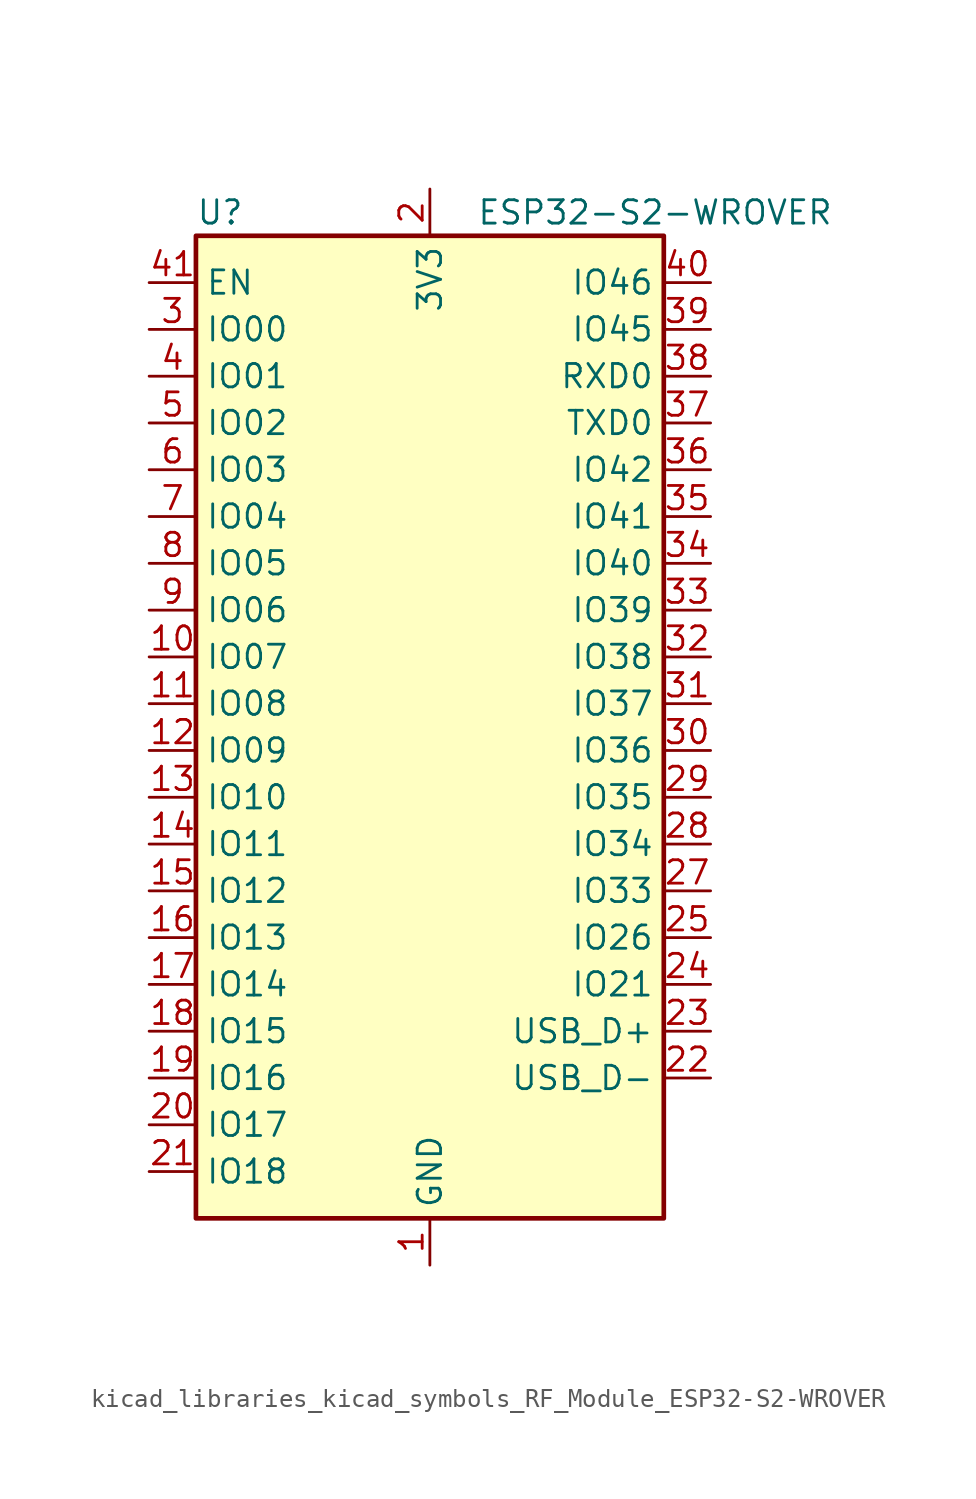
<source format=kicad_sym>
(kicad_symbol_lib
  (version 20220914)
  (generator kicad_symbol_editor)
  (symbol "kicad_libraries_kicad_symbols_RF_Module_ESP32-S2-WROVER"
    (property "Reference" "U"
      (at -12.7 29.21 0)
      (effects (font (size 1.27 1.27)) (justify left)))
    (property "Value" "ESP32-S2-WROVER"
      (at 2.54 29.21 0)
      (effects (font (size 1.27 1.27)) (justify left)))
    (symbol "kicad_libraries_kicad_symbols_RF_Module_ESP32-S2-WROVER_0_1"
      (rectangle (start -12.7 27.94) (end 12.7 -25.4) (stroke (width 0.254) (type default)) (fill (type background))))
    (symbol "kicad_libraries_kicad_symbols_RF_Module_ESP32-S2-WROVER_1_1"
      (pin power_in line (at 0 -27.94 90) (length 2.54) (name "GND" (effects (font (size 1.27 1.27)))) (number "1" (effects (font (size 1.27 1.27)))))
      (pin bidirectional line (at -15.24 5.08 0) (length 2.54) (name "IO07" (effects (font (size 1.27 1.27)))) (number "10" (effects (font (size 1.27 1.27)))))
      (pin bidirectional line (at -15.24 2.54 0) (length 2.54) (name "IO08" (effects (font (size 1.27 1.27)))) (number "11" (effects (font (size 1.27 1.27)))))
      (pin bidirectional line (at -15.24 0 0) (length 2.54) (name "IO09" (effects (font (size 1.27 1.27)))) (number "12" (effects (font (size 1.27 1.27)))))
      (pin bidirectional line (at -15.24 -2.54 0) (length 2.54) (name "IO10" (effects (font (size 1.27 1.27)))) (number "13" (effects (font (size 1.27 1.27)))))
      (pin bidirectional line (at -15.24 -5.08 0) (length 2.54) (name "IO11" (effects (font (size 1.27 1.27)))) (number "14" (effects (font (size 1.27 1.27)))))
      (pin bidirectional line (at -15.24 -7.62 0) (length 2.54) (name "IO12" (effects (font (size 1.27 1.27)))) (number "15" (effects (font (size 1.27 1.27)))))
      (pin bidirectional line (at -15.24 -10.16 0) (length 2.54) (name "IO13" (effects (font (size 1.27 1.27)))) (number "16" (effects (font (size 1.27 1.27)))))
      (pin bidirectional line (at -15.24 -12.7 0) (length 2.54) (name "IO14" (effects (font (size 1.27 1.27)))) (number "17" (effects (font (size 1.27 1.27)))))
      (pin bidirectional line (at -15.24 -15.24 0) (length 2.54) (name "IO15" (effects (font (size 1.27 1.27)))) (number "18" (effects (font (size 1.27 1.27)))))
      (pin bidirectional line (at -15.24 -17.78 0) (length 2.54) (name "IO16" (effects (font (size 1.27 1.27)))) (number "19" (effects (font (size 1.27 1.27)))))
      (pin power_in line (at 0 30.48 270) (length 2.54) (name "3V3" (effects (font (size 1.27 1.27)))) (number "2" (effects (font (size 1.27 1.27)))))
      (pin bidirectional line (at -15.24 -20.32 0) (length 2.54) (name "IO17" (effects (font (size 1.27 1.27)))) (number "20" (effects (font (size 1.27 1.27)))))
      (pin bidirectional line (at -15.24 -22.86 0) (length 2.54) (name "IO18" (effects (font (size 1.27 1.27)))) (number "21" (effects (font (size 1.27 1.27)))))
      (pin bidirectional line (at 15.24 -17.78 180) (length 2.54) (name "USB_D-" (effects (font (size 1.27 1.27)))) (number "22" (effects (font (size 1.27 1.27)))))
      (pin bidirectional line (at 15.24 -15.24 180) (length 2.54) (name "USB_D+" (effects (font (size 1.27 1.27)))) (number "23" (effects (font (size 1.27 1.27)))))
      (pin bidirectional line (at 15.24 -12.7 180) (length 2.54) (name "IO21" (effects (font (size 1.27 1.27)))) (number "24" (effects (font (size 1.27 1.27)))))
      (pin bidirectional line (at 15.24 -10.16 180) (length 2.54) (name "IO26" (effects (font (size 1.27 1.27)))) (number "25" (effects (font (size 1.27 1.27)))))
      (pin passive line (at 0 -27.94 90) (length 2.54) hide (name "GND" (effects (font (size 1.27 1.27)))) (number "26" (effects (font (size 1.27 1.27)))))
      (pin bidirectional line (at 15.24 -7.62 180) (length 2.54) (name "IO33" (effects (font (size 1.27 1.27)))) (number "27" (effects (font (size 1.27 1.27)))))
      (pin bidirectional line (at 15.24 -5.08 180) (length 2.54) (name "IO34" (effects (font (size 1.27 1.27)))) (number "28" (effects (font (size 1.27 1.27)))))
      (pin bidirectional line (at 15.24 -2.54 180) (length 2.54) (name "IO35" (effects (font (size 1.27 1.27)))) (number "29" (effects (font (size 1.27 1.27)))))
      (pin bidirectional line (at -15.24 22.86 0) (length 2.54) (name "IO00" (effects (font (size 1.27 1.27)))) (number "3" (effects (font (size 1.27 1.27)))))
      (pin bidirectional line (at 15.24 0 180) (length 2.54) (name "IO36" (effects (font (size 1.27 1.27)))) (number "30" (effects (font (size 1.27 1.27)))))
      (pin bidirectional line (at 15.24 2.54 180) (length 2.54) (name "IO37" (effects (font (size 1.27 1.27)))) (number "31" (effects (font (size 1.27 1.27)))))
      (pin bidirectional line (at 15.24 5.08 180) (length 2.54) (name "IO38" (effects (font (size 1.27 1.27)))) (number "32" (effects (font (size 1.27 1.27)))))
      (pin bidirectional line (at 15.24 7.62 180) (length 2.54) (name "IO39" (effects (font (size 1.27 1.27)))) (number "33" (effects (font (size 1.27 1.27)))))
      (pin bidirectional line (at 15.24 10.16 180) (length 2.54) (name "IO40" (effects (font (size 1.27 1.27)))) (number "34" (effects (font (size 1.27 1.27)))))
      (pin bidirectional line (at 15.24 12.7 180) (length 2.54) (name "IO41" (effects (font (size 1.27 1.27)))) (number "35" (effects (font (size 1.27 1.27)))))
      (pin bidirectional line (at 15.24 15.24 180) (length 2.54) (name "IO42" (effects (font (size 1.27 1.27)))) (number "36" (effects (font (size 1.27 1.27)))))
      (pin bidirectional line (at 15.24 17.78 180) (length 2.54) (name "TXD0" (effects (font (size 1.27 1.27)))) (number "37" (effects (font (size 1.27 1.27)))))
      (pin bidirectional line (at 15.24 20.32 180) (length 2.54) (name "RXD0" (effects (font (size 1.27 1.27)))) (number "38" (effects (font (size 1.27 1.27)))))
      (pin bidirectional line (at 15.24 22.86 180) (length 2.54) (name "IO45" (effects (font (size 1.27 1.27)))) (number "39" (effects (font (size 1.27 1.27)))))
      (pin bidirectional line (at -15.24 20.32 0) (length 2.54) (name "IO01" (effects (font (size 1.27 1.27)))) (number "4" (effects (font (size 1.27 1.27)))))
      (pin input line (at 15.24 25.4 180) (length 2.54) (name "IO46" (effects (font (size 1.27 1.27)))) (number "40" (effects (font (size 1.27 1.27)))))
      (pin input line (at -15.24 25.4 0) (length 2.54) (name "EN" (effects (font (size 1.27 1.27)))) (number "41" (effects (font (size 1.27 1.27)))))
      (pin passive line (at 0 -27.94 90) (length 2.54) hide (name "GND" (effects (font (size 1.27 1.27)))) (number "42" (effects (font (size 1.27 1.27)))))
      (pin passive line (at 0 -27.94 90) (length 2.54) hide (name "GND" (effects (font (size 1.27 1.27)))) (number "43" (effects (font (size 1.27 1.27)))))
      (pin bidirectional line (at -15.24 17.78 0) (length 2.54) (name "IO02" (effects (font (size 1.27 1.27)))) (number "5" (effects (font (size 1.27 1.27)))))
      (pin bidirectional line (at -15.24 15.24 0) (length 2.54) (name "IO03" (effects (font (size 1.27 1.27)))) (number "6" (effects (font (size 1.27 1.27)))))
      (pin bidirectional line (at -15.24 12.7 0) (length 2.54) (name "IO04" (effects (font (size 1.27 1.27)))) (number "7" (effects (font (size 1.27 1.27)))))
      (pin bidirectional line (at -15.24 10.16 0) (length 2.54) (name "IO05" (effects (font (size 1.27 1.27)))) (number "8" (effects (font (size 1.27 1.27)))))
      (pin bidirectional line (at -15.24 7.62 0) (length 2.54) (name "IO06" (effects (font (size 1.27 1.27)))) (number "9" (effects (font (size 1.27 1.27))))))))
</source>
